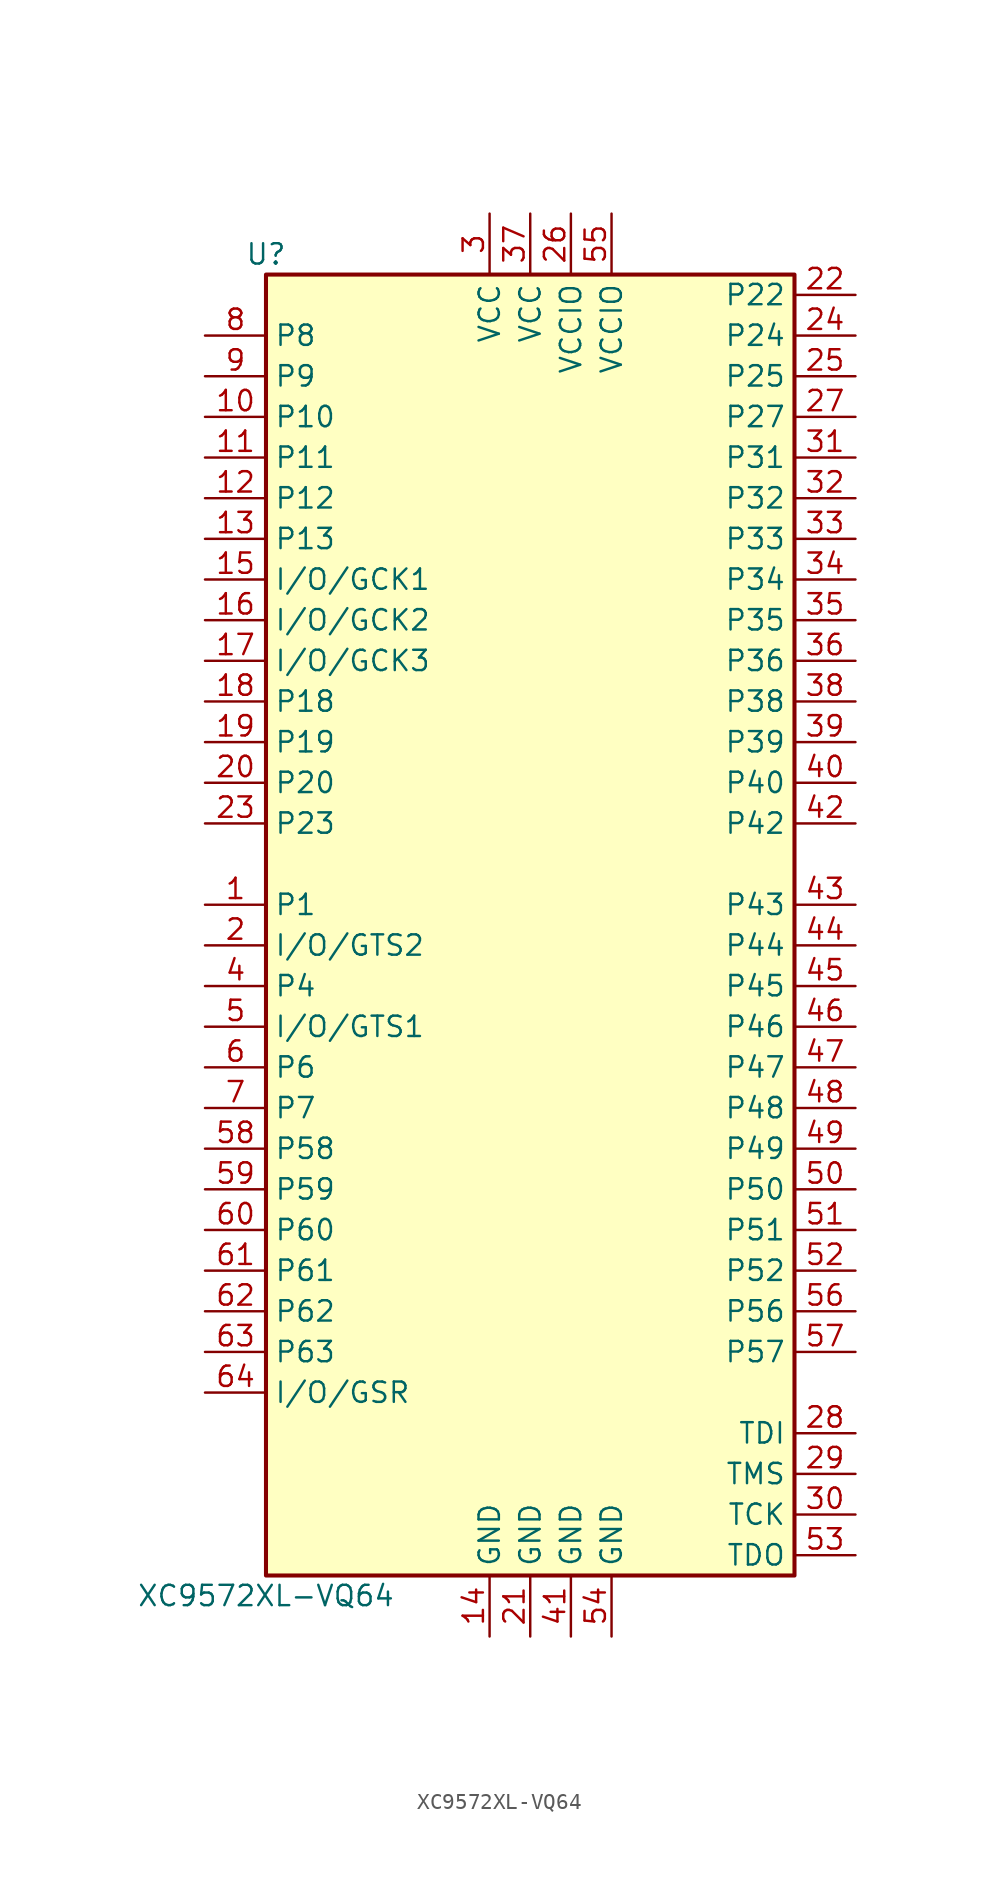
<source format=kicad_sym>
(kicad_symbol_lib
  (version 20201005)
  (generator kicad_symbol_editor)
  (symbol "XC9572XL-VQ64"
    (property "Reference" "U"
      (at -16.51 40.64 0)
      (effects (font (size 1.27 1.27))))
    (property "Value" "XC9572XL-VQ64"
      (at -16.51 -43.18 0)
      (effects (font (size 1.27 1.27))))
    (symbol "XC9572XL-VQ64_1_1"
      (rectangle (start -16.51 39.37) (end 16.51 -41.91) (stroke (width 0.254)) (fill (type background)))
      (pin bidirectional line (at -20.32 0 0) (length 3.81) (name "P1" (effects (font (size 1.27 1.27)))) (number "1" (effects (font (size 1.27 1.27)))))
      (pin bidirectional line (at -20.32 30.48 0) (length 3.81) (name "P10" (effects (font (size 1.27 1.27)))) (number "10" (effects (font (size 1.27 1.27)))))
      (pin bidirectional line (at -20.32 27.94 0) (length 3.81) (name "P11" (effects (font (size 1.27 1.27)))) (number "11" (effects (font (size 1.27 1.27)))))
      (pin bidirectional line (at -20.32 25.4 0) (length 3.81) (name "P12" (effects (font (size 1.27 1.27)))) (number "12" (effects (font (size 1.27 1.27)))))
      (pin bidirectional line (at -20.32 22.86 0) (length 3.81) (name "P13" (effects (font (size 1.27 1.27)))) (number "13" (effects (font (size 1.27 1.27)))))
      (pin power_in line (at -2.54 -45.72 90) (length 3.81) (name "GND" (effects (font (size 1.27 1.27)))) (number "14" (effects (font (size 1.27 1.27)))))
      (pin bidirectional line (at -20.32 20.32 0) (length 3.81) (name "I/O/GCK1" (effects (font (size 1.27 1.27)))) (number "15" (effects (font (size 1.27 1.27)))))
      (pin bidirectional line (at -20.32 17.78 0) (length 3.81) (name "I/O/GCK2" (effects (font (size 1.27 1.27)))) (number "16" (effects (font (size 1.27 1.27)))))
      (pin bidirectional line (at -20.32 15.24 0) (length 3.81) (name "I/O/GCK3" (effects (font (size 1.27 1.27)))) (number "17" (effects (font (size 1.27 1.27)))))
      (pin bidirectional line (at -20.32 12.7 0) (length 3.81) (name "P18" (effects (font (size 1.27 1.27)))) (number "18" (effects (font (size 1.27 1.27)))))
      (pin bidirectional line (at -20.32 10.16 0) (length 3.81) (name "P19" (effects (font (size 1.27 1.27)))) (number "19" (effects (font (size 1.27 1.27)))))
      (pin bidirectional line (at -20.32 -2.54 0) (length 3.81) (name "I/O/GTS2" (effects (font (size 1.27 1.27)))) (number "2" (effects (font (size 1.27 1.27)))))
      (pin bidirectional line (at -20.32 7.62 0) (length 3.81) (name "P20" (effects (font (size 1.27 1.27)))) (number "20" (effects (font (size 1.27 1.27)))))
      (pin power_in line (at 0 -45.72 90) (length 3.81) (name "GND" (effects (font (size 1.27 1.27)))) (number "21" (effects (font (size 1.27 1.27)))))
      (pin bidirectional line (at 20.32 38.1 180) (length 3.81) (name "P22" (effects (font (size 1.27 1.27)))) (number "22" (effects (font (size 1.27 1.27)))))
      (pin bidirectional line (at -20.32 5.08 0) (length 3.81) (name "P23" (effects (font (size 1.27 1.27)))) (number "23" (effects (font (size 1.27 1.27)))))
      (pin bidirectional line (at 20.32 35.56 180) (length 3.81) (name "P24" (effects (font (size 1.27 1.27)))) (number "24" (effects (font (size 1.27 1.27)))))
      (pin bidirectional line (at 20.32 33.02 180) (length 3.81) (name "P25" (effects (font (size 1.27 1.27)))) (number "25" (effects (font (size 1.27 1.27)))))
      (pin power_in line (at 2.54 43.18 270) (length 3.81) (name "VCCIO" (effects (font (size 1.27 1.27)))) (number "26" (effects (font (size 1.27 1.27)))))
      (pin bidirectional line (at 20.32 30.48 180) (length 3.81) (name "P27" (effects (font (size 1.27 1.27)))) (number "27" (effects (font (size 1.27 1.27)))))
      (pin input line (at 20.32 -33.02 180) (length 3.81) (name "TDI" (effects (font (size 1.27 1.27)))) (number "28" (effects (font (size 1.27 1.27)))))
      (pin input line (at 20.32 -35.56 180) (length 3.81) (name "TMS" (effects (font (size 1.27 1.27)))) (number "29" (effects (font (size 1.27 1.27)))))
      (pin power_in line (at -2.54 43.18 270) (length 3.81) (name "VCC" (effects (font (size 1.27 1.27)))) (number "3" (effects (font (size 1.27 1.27)))))
      (pin input line (at 20.32 -38.1 180) (length 3.81) (name "TCK" (effects (font (size 1.27 1.27)))) (number "30" (effects (font (size 1.27 1.27)))))
      (pin bidirectional line (at 20.32 27.94 180) (length 3.81) (name "P31" (effects (font (size 1.27 1.27)))) (number "31" (effects (font (size 1.27 1.27)))))
      (pin bidirectional line (at 20.32 25.4 180) (length 3.81) (name "P32" (effects (font (size 1.27 1.27)))) (number "32" (effects (font (size 1.27 1.27)))))
      (pin bidirectional line (at 20.32 22.86 180) (length 3.81) (name "P33" (effects (font (size 1.27 1.27)))) (number "33" (effects (font (size 1.27 1.27)))))
      (pin bidirectional line (at 20.32 20.32 180) (length 3.81) (name "P34" (effects (font (size 1.27 1.27)))) (number "34" (effects (font (size 1.27 1.27)))))
      (pin bidirectional line (at 20.32 17.78 180) (length 3.81) (name "P35" (effects (font (size 1.27 1.27)))) (number "35" (effects (font (size 1.27 1.27)))))
      (pin bidirectional line (at 20.32 15.24 180) (length 3.81) (name "P36" (effects (font (size 1.27 1.27)))) (number "36" (effects (font (size 1.27 1.27)))))
      (pin power_in line (at 0 43.18 270) (length 3.81) (name "VCC" (effects (font (size 1.27 1.27)))) (number "37" (effects (font (size 1.27 1.27)))))
      (pin bidirectional line (at 20.32 12.7 180) (length 3.81) (name "P38" (effects (font (size 1.27 1.27)))) (number "38" (effects (font (size 1.27 1.27)))))
      (pin bidirectional line (at 20.32 10.16 180) (length 3.81) (name "P39" (effects (font (size 1.27 1.27)))) (number "39" (effects (font (size 1.27 1.27)))))
      (pin bidirectional line (at -20.32 -5.08 0) (length 3.81) (name "P4" (effects (font (size 1.27 1.27)))) (number "4" (effects (font (size 1.27 1.27)))))
      (pin bidirectional line (at 20.32 7.62 180) (length 3.81) (name "P40" (effects (font (size 1.27 1.27)))) (number "40" (effects (font (size 1.27 1.27)))))
      (pin power_in line (at 2.54 -45.72 90) (length 3.81) (name "GND" (effects (font (size 1.27 1.27)))) (number "41" (effects (font (size 1.27 1.27)))))
      (pin bidirectional line (at 20.32 5.08 180) (length 3.81) (name "P42" (effects (font (size 1.27 1.27)))) (number "42" (effects (font (size 1.27 1.27)))))
      (pin bidirectional line (at 20.32 0 180) (length 3.81) (name "P43" (effects (font (size 1.27 1.27)))) (number "43" (effects (font (size 1.27 1.27)))))
      (pin bidirectional line (at 20.32 -2.54 180) (length 3.81) (name "P44" (effects (font (size 1.27 1.27)))) (number "44" (effects (font (size 1.27 1.27)))))
      (pin bidirectional line (at 20.32 -5.08 180) (length 3.81) (name "P45" (effects (font (size 1.27 1.27)))) (number "45" (effects (font (size 1.27 1.27)))))
      (pin bidirectional line (at 20.32 -7.62 180) (length 3.81) (name "P46" (effects (font (size 1.27 1.27)))) (number "46" (effects (font (size 1.27 1.27)))))
      (pin bidirectional line (at 20.32 -10.16 180) (length 3.81) (name "P47" (effects (font (size 1.27 1.27)))) (number "47" (effects (font (size 1.27 1.27)))))
      (pin bidirectional line (at 20.32 -12.7 180) (length 3.81) (name "P48" (effects (font (size 1.27 1.27)))) (number "48" (effects (font (size 1.27 1.27)))))
      (pin bidirectional line (at 20.32 -15.24 180) (length 3.81) (name "P49" (effects (font (size 1.27 1.27)))) (number "49" (effects (font (size 1.27 1.27)))))
      (pin bidirectional line (at -20.32 -7.62 0) (length 3.81) (name "I/O/GTS1" (effects (font (size 1.27 1.27)))) (number "5" (effects (font (size 1.27 1.27)))))
      (pin bidirectional line (at 20.32 -17.78 180) (length 3.81) (name "P50" (effects (font (size 1.27 1.27)))) (number "50" (effects (font (size 1.27 1.27)))))
      (pin bidirectional line (at 20.32 -20.32 180) (length 3.81) (name "P51" (effects (font (size 1.27 1.27)))) (number "51" (effects (font (size 1.27 1.27)))))
      (pin bidirectional line (at 20.32 -22.86 180) (length 3.81) (name "P52" (effects (font (size 1.27 1.27)))) (number "52" (effects (font (size 1.27 1.27)))))
      (pin output line (at 20.32 -40.64 180) (length 3.81) (name "TDO" (effects (font (size 1.27 1.27)))) (number "53" (effects (font (size 1.27 1.27)))))
      (pin power_in line (at 5.08 -45.72 90) (length 3.81) (name "GND" (effects (font (size 1.27 1.27)))) (number "54" (effects (font (size 1.27 1.27)))))
      (pin power_in line (at 5.08 43.18 270) (length 3.81) (name "VCCIO" (effects (font (size 1.27 1.27)))) (number "55" (effects (font (size 1.27 1.27)))))
      (pin bidirectional line (at 20.32 -25.4 180) (length 3.81) (name "P56" (effects (font (size 1.27 1.27)))) (number "56" (effects (font (size 1.27 1.27)))))
      (pin bidirectional line (at 20.32 -27.94 180) (length 3.81) (name "P57" (effects (font (size 1.27 1.27)))) (number "57" (effects (font (size 1.27 1.27)))))
      (pin bidirectional line (at -20.32 -15.24 0) (length 3.81) (name "P58" (effects (font (size 1.27 1.27)))) (number "58" (effects (font (size 1.27 1.27)))))
      (pin bidirectional line (at -20.32 -17.78 0) (length 3.81) (name "P59" (effects (font (size 1.27 1.27)))) (number "59" (effects (font (size 1.27 1.27)))))
      (pin bidirectional line (at -20.32 -10.16 0) (length 3.81) (name "P6" (effects (font (size 1.27 1.27)))) (number "6" (effects (font (size 1.27 1.27)))))
      (pin bidirectional line (at -20.32 -20.32 0) (length 3.81) (name "P60" (effects (font (size 1.27 1.27)))) (number "60" (effects (font (size 1.27 1.27)))))
      (pin bidirectional line (at -20.32 -22.86 0) (length 3.81) (name "P61" (effects (font (size 1.27 1.27)))) (number "61" (effects (font (size 1.27 1.27)))))
      (pin bidirectional line (at -20.32 -25.4 0) (length 3.81) (name "P62" (effects (font (size 1.27 1.27)))) (number "62" (effects (font (size 1.27 1.27)))))
      (pin bidirectional line (at -20.32 -27.94 0) (length 3.81) (name "P63" (effects (font (size 1.27 1.27)))) (number "63" (effects (font (size 1.27 1.27)))))
      (pin bidirectional line (at -20.32 -30.48 0) (length 3.81) (name "I/O/GSR" (effects (font (size 1.27 1.27)))) (number "64" (effects (font (size 1.27 1.27)))))
      (pin bidirectional line (at -20.32 -12.7 0) (length 3.81) (name "P7" (effects (font (size 1.27 1.27)))) (number "7" (effects (font (size 1.27 1.27)))))
      (pin bidirectional line (at -20.32 35.56 0) (length 3.81) (name "P8" (effects (font (size 1.27 1.27)))) (number "8" (effects (font (size 1.27 1.27)))))
      (pin bidirectional line (at -20.32 33.02 0) (length 3.81) (name "P9" (effects (font (size 1.27 1.27)))) (number "9" (effects (font (size 1.27 1.27))))))))
</source>
